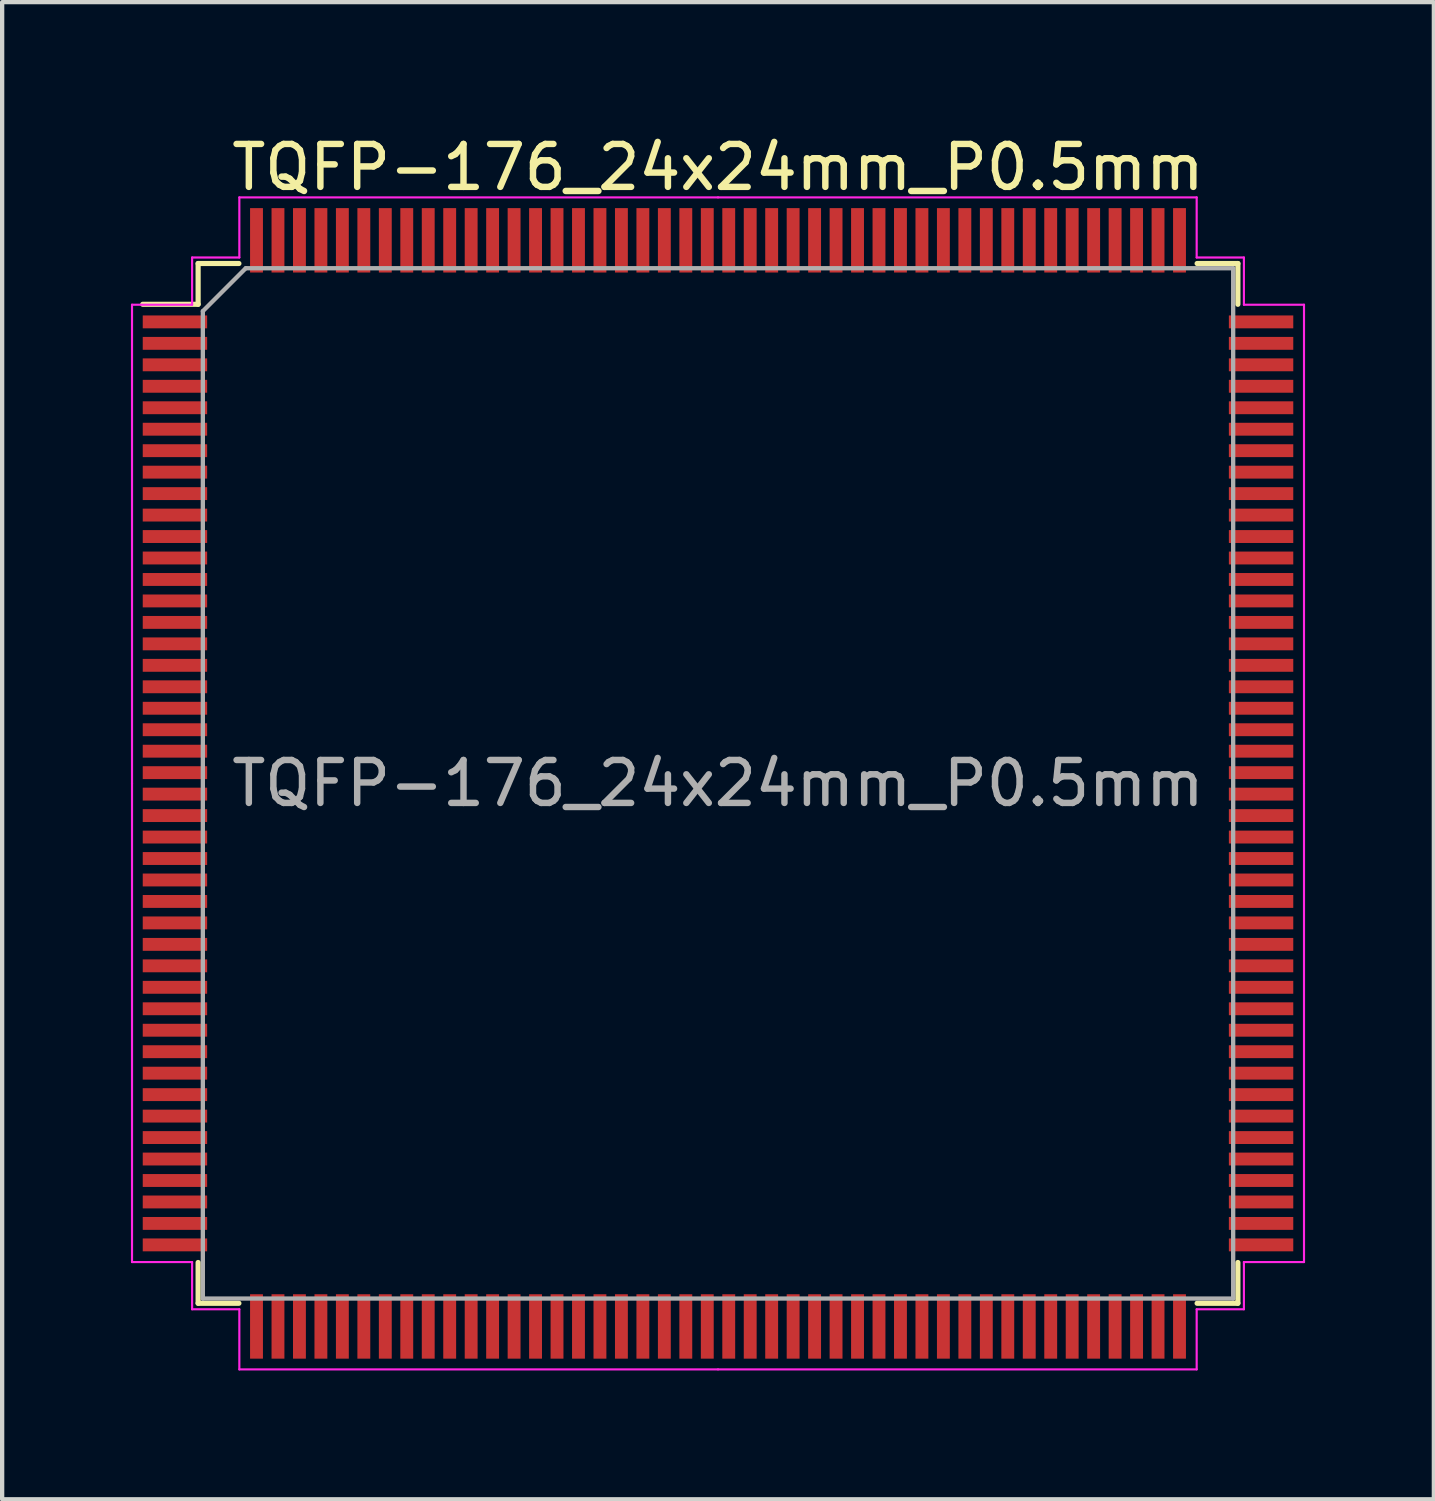
<source format=kicad_pcb>
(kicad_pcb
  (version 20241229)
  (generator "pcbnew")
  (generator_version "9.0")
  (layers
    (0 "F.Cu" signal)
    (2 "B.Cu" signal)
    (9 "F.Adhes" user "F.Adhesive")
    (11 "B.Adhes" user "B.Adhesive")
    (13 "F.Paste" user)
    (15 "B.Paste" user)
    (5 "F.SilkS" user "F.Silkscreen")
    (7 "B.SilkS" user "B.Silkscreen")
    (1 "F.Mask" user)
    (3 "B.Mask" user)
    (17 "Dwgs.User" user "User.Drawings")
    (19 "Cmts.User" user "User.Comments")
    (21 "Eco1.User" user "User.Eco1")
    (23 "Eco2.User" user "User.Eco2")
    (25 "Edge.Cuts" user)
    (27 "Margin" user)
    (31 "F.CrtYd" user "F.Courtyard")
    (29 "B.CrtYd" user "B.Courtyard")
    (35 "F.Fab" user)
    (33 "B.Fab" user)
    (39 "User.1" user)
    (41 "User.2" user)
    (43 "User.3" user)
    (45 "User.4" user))
  (footprint "TQFP-176_24x24mm_P0.5mm"
    (layer "F.Cu")
    (at 13.675 15.198)
    (property "Reference" "TQFP-176_24x24mm_P0.5mm" (at 0 -14.35 0) (layer "F.SilkS") (effects (font (size 1 1) (thickness 0.15))))
    (attr smd)
    (fp_line (start -12.11 -12.11) (end -12.11 -11.16) (stroke (width 0.12) (type solid)) (layer "F.SilkS"))
    (fp_line (start -12.11 -11.16) (end -13.4 -11.16) (stroke (width 0.12) (type solid)) (layer "F.SilkS"))
    (fp_line (start -12.11 12.11) (end -12.11 11.16) (stroke (width 0.12) (type solid)) (layer "F.SilkS"))
    (fp_line (start -11.16 -12.11) (end -12.11 -12.11) (stroke (width 0.12) (type solid)) (layer "F.SilkS"))
    (fp_line (start -11.16 12.11) (end -12.11 12.11) (stroke (width 0.12) (type solid)) (layer "F.SilkS"))
    (fp_line (start 11.16 -12.11) (end 12.11 -12.11) (stroke (width 0.12) (type solid)) (layer "F.SilkS"))
    (fp_line (start 11.16 12.11) (end 12.11 12.11) (stroke (width 0.12) (type solid)) (layer "F.SilkS"))
    (fp_line (start 12.11 -12.11) (end 12.11 -11.16) (stroke (width 0.12) (type solid)) (layer "F.SilkS"))
    (fp_line (start 12.11 12.11) (end 12.11 11.16) (stroke (width 0.12) (type solid)) (layer "F.SilkS"))
    (fp_line (start -13.65 -11.15) (end -13.65 0) (stroke (width 0.05) (type solid)) (layer "F.CrtYd"))
    (fp_line (start -13.65 11.15) (end -13.65 0) (stroke (width 0.05) (type solid)) (layer "F.CrtYd"))
    (fp_line (start -12.25 -12.25) (end -12.25 -11.15) (stroke (width 0.05) (type solid)) (layer "F.CrtYd"))
    (fp_line (start -12.25 -11.15) (end -13.65 -11.15) (stroke (width 0.05) (type solid)) (layer "F.CrtYd"))
    (fp_line (start -12.25 11.15) (end -13.65 11.15) (stroke (width 0.05) (type solid)) (layer "F.CrtYd"))
    (fp_line (start -12.25 12.25) (end -12.25 11.15) (stroke (width 0.05) (type solid)) (layer "F.CrtYd"))
    (fp_line (start -11.15 -13.65) (end -11.15 -12.25) (stroke (width 0.05) (type solid)) (layer "F.CrtYd"))
    (fp_line (start -11.15 -12.25) (end -12.25 -12.25) (stroke (width 0.05) (type solid)) (layer "F.CrtYd"))
    (fp_line (start -11.15 12.25) (end -12.25 12.25) (stroke (width 0.05) (type solid)) (layer "F.CrtYd"))
    (fp_line (start -11.15 13.65) (end -11.15 12.25) (stroke (width 0.05) (type solid)) (layer "F.CrtYd"))
    (fp_line (start 0 -13.65) (end -11.15 -13.65) (stroke (width 0.05) (type solid)) (layer "F.CrtYd"))
    (fp_line (start 0 -13.65) (end 11.15 -13.65) (stroke (width 0.05) (type solid)) (layer "F.CrtYd"))
    (fp_line (start 0 13.65) (end -11.15 13.65) (stroke (width 0.05) (type solid)) (layer "F.CrtYd"))
    (fp_line (start 0 13.65) (end 11.15 13.65) (stroke (width 0.05) (type solid)) (layer "F.CrtYd"))
    (fp_line (start 11.15 -13.65) (end 11.15 -12.25) (stroke (width 0.05) (type solid)) (layer "F.CrtYd"))
    (fp_line (start 11.15 -12.25) (end 12.25 -12.25) (stroke (width 0.05) (type solid)) (layer "F.CrtYd"))
    (fp_line (start 11.15 12.25) (end 12.25 12.25) (stroke (width 0.05) (type solid)) (layer "F.CrtYd"))
    (fp_line (start 11.15 13.65) (end 11.15 12.25) (stroke (width 0.05) (type solid)) (layer "F.CrtYd"))
    (fp_line (start 12.25 -12.25) (end 12.25 -11.15) (stroke (width 0.05) (type solid)) (layer "F.CrtYd"))
    (fp_line (start 12.25 -11.15) (end 13.65 -11.15) (stroke (width 0.05) (type solid)) (layer "F.CrtYd"))
    (fp_line (start 12.25 11.15) (end 13.65 11.15) (stroke (width 0.05) (type solid)) (layer "F.CrtYd"))
    (fp_line (start 12.25 12.25) (end 12.25 11.15) (stroke (width 0.05) (type solid)) (layer "F.CrtYd"))
    (fp_line (start 13.65 -11.15) (end 13.65 0) (stroke (width 0.05) (type solid)) (layer "F.CrtYd"))
    (fp_line (start 13.65 11.15) (end 13.65 0) (stroke (width 0.05) (type solid)) (layer "F.CrtYd"))
    (fp_line (start -12 -11) (end -11 -12) (stroke (width 0.1) (type solid)) (layer "F.Fab"))
    (fp_line (start -12 12) (end -12 -11) (stroke (width 0.1) (type solid)) (layer "F.Fab"))
    (fp_line (start -11 -12) (end 12 -12) (stroke (width 0.1) (type solid)) (layer "F.Fab"))
    (fp_line (start 12 -12) (end 12 12) (stroke (width 0.1) (type solid)) (layer "F.Fab"))
    (fp_line (start 12 12) (end -12 12) (stroke (width 0.1) (type solid)) (layer "F.Fab"))
    (fp_text user "${REFERENCE}" (at 0 0 0) (layer "F.Fab") (effects (font (size 1 1) (thickness 0.15))))
    (pad "1" smd rect (at -12.65 -10.75) (size 1.5 0.3) (layers "F.Cu" "F.Mask" "F.Paste"))
    (pad "2" smd rect (at -12.65 -10.25) (size 1.5 0.3) (layers "F.Cu" "F.Mask" "F.Paste"))
    (pad "3" smd rect (at -12.65 -9.75) (size 1.5 0.3) (layers "F.Cu" "F.Mask" "F.Paste"))
    (pad "4" smd rect (at -12.65 -9.25) (size 1.5 0.3) (layers "F.Cu" "F.Mask" "F.Paste"))
    (pad "5" smd rect (at -12.65 -8.75) (size 1.5 0.3) (layers "F.Cu" "F.Mask" "F.Paste"))
    (pad "6" smd rect (at -12.65 -8.25) (size 1.5 0.3) (layers "F.Cu" "F.Mask" "F.Paste"))
    (pad "7" smd rect (at -12.65 -7.75) (size 1.5 0.3) (layers "F.Cu" "F.Mask" "F.Paste"))
    (pad "8" smd rect (at -12.65 -7.25) (size 1.5 0.3) (layers "F.Cu" "F.Mask" "F.Paste"))
    (pad "9" smd rect (at -12.65 -6.75) (size 1.5 0.3) (layers "F.Cu" "F.Mask" "F.Paste"))
    (pad "10" smd rect (at -12.65 -6.25) (size 1.5 0.3) (layers "F.Cu" "F.Mask" "F.Paste"))
    (pad "11" smd rect (at -12.65 -5.75) (size 1.5 0.3) (layers "F.Cu" "F.Mask" "F.Paste"))
    (pad "12" smd rect (at -12.65 -5.25) (size 1.5 0.3) (layers "F.Cu" "F.Mask" "F.Paste"))
    (pad "13" smd rect (at -12.65 -4.75) (size 1.5 0.3) (layers "F.Cu" "F.Mask" "F.Paste"))
    (pad "14" smd rect (at -12.65 -4.25) (size 1.5 0.3) (layers "F.Cu" "F.Mask" "F.Paste"))
    (pad "15" smd rect (at -12.65 -3.75) (size 1.5 0.3) (layers "F.Cu" "F.Mask" "F.Paste"))
    (pad "16" smd rect (at -12.65 -3.25) (size 1.5 0.3) (layers "F.Cu" "F.Mask" "F.Paste"))
    (pad "17" smd rect (at -12.65 -2.75) (size 1.5 0.3) (layers "F.Cu" "F.Mask" "F.Paste"))
    (pad "18" smd rect (at -12.65 -2.25) (size 1.5 0.3) (layers "F.Cu" "F.Mask" "F.Paste"))
    (pad "19" smd rect (at -12.65 -1.75) (size 1.5 0.3) (layers "F.Cu" "F.Mask" "F.Paste"))
    (pad "20" smd rect (at -12.65 -1.25) (size 1.5 0.3) (layers "F.Cu" "F.Mask" "F.Paste"))
    (pad "21" smd rect (at -12.65 -0.75) (size 1.5 0.3) (layers "F.Cu" "F.Mask" "F.Paste"))
    (pad "22" smd rect (at -12.65 -0.25) (size 1.5 0.3) (layers "F.Cu" "F.Mask" "F.Paste"))
    (pad "23" smd rect (at -12.65 0.25) (size 1.5 0.3) (layers "F.Cu" "F.Mask" "F.Paste"))
    (pad "24" smd rect (at -12.65 0.75) (size 1.5 0.3) (layers "F.Cu" "F.Mask" "F.Paste"))
    (pad "25" smd rect (at -12.65 1.25) (size 1.5 0.3) (layers "F.Cu" "F.Mask" "F.Paste"))
    (pad "26" smd rect (at -12.65 1.75) (size 1.5 0.3) (layers "F.Cu" "F.Mask" "F.Paste"))
    (pad "27" smd rect (at -12.65 2.25) (size 1.5 0.3) (layers "F.Cu" "F.Mask" "F.Paste"))
    (pad "28" smd rect (at -12.65 2.75) (size 1.5 0.3) (layers "F.Cu" "F.Mask" "F.Paste"))
    (pad "29" smd rect (at -12.65 3.25) (size 1.5 0.3) (layers "F.Cu" "F.Mask" "F.Paste"))
    (pad "30" smd rect (at -12.65 3.75) (size 1.5 0.3) (layers "F.Cu" "F.Mask" "F.Paste"))
    (pad "31" smd rect (at -12.65 4.25) (size 1.5 0.3) (layers "F.Cu" "F.Mask" "F.Paste"))
    (pad "32" smd rect (at -12.65 4.75) (size 1.5 0.3) (layers "F.Cu" "F.Mask" "F.Paste"))
    (pad "33" smd rect (at -12.65 5.25) (size 1.5 0.3) (layers "F.Cu" "F.Mask" "F.Paste"))
    (pad "34" smd rect (at -12.65 5.75) (size 1.5 0.3) (layers "F.Cu" "F.Mask" "F.Paste"))
    (pad "35" smd rect (at -12.65 6.25) (size 1.5 0.3) (layers "F.Cu" "F.Mask" "F.Paste"))
    (pad "36" smd rect (at -12.65 6.75) (size 1.5 0.3) (layers "F.Cu" "F.Mask" "F.Paste"))
    (pad "37" smd rect (at -12.65 7.25) (size 1.5 0.3) (layers "F.Cu" "F.Mask" "F.Paste"))
    (pad "38" smd rect (at -12.65 7.75) (size 1.5 0.3) (layers "F.Cu" "F.Mask" "F.Paste"))
    (pad "39" smd rect (at -12.65 8.25) (size 1.5 0.3) (layers "F.Cu" "F.Mask" "F.Paste"))
    (pad "40" smd rect (at -12.65 8.75) (size 1.5 0.3) (layers "F.Cu" "F.Mask" "F.Paste"))
    (pad "41" smd rect (at -12.65 9.25) (size 1.5 0.3) (layers "F.Cu" "F.Mask" "F.Paste"))
    (pad "42" smd rect (at -12.65 9.75) (size 1.5 0.3) (layers "F.Cu" "F.Mask" "F.Paste"))
    (pad "43" smd rect (at -12.65 10.25) (size 1.5 0.3) (layers "F.Cu" "F.Mask" "F.Paste"))
    (pad "44" smd rect (at -12.65 10.75) (size 1.5 0.3) (layers "F.Cu" "F.Mask" "F.Paste"))
    (pad "45" smd rect (at -10.75 12.65) (size 0.3 1.5) (layers "F.Cu" "F.Mask" "F.Paste"))
    (pad "46" smd rect (at -10.25 12.65) (size 0.3 1.5) (layers "F.Cu" "F.Mask" "F.Paste"))
    (pad "47" smd rect (at -9.75 12.65) (size 0.3 1.5) (layers "F.Cu" "F.Mask" "F.Paste"))
    (pad "48" smd rect (at -9.25 12.65) (size 0.3 1.5) (layers "F.Cu" "F.Mask" "F.Paste"))
    (pad "49" smd rect (at -8.75 12.65) (size 0.3 1.5) (layers "F.Cu" "F.Mask" "F.Paste"))
    (pad "50" smd rect (at -8.25 12.65) (size 0.3 1.5) (layers "F.Cu" "F.Mask" "F.Paste"))
    (pad "51" smd rect (at -7.75 12.65) (size 0.3 1.5) (layers "F.Cu" "F.Mask" "F.Paste"))
    (pad "52" smd rect (at -7.25 12.65) (size 0.3 1.5) (layers "F.Cu" "F.Mask" "F.Paste"))
    (pad "53" smd rect (at -6.75 12.65) (size 0.3 1.5) (layers "F.Cu" "F.Mask" "F.Paste"))
    (pad "54" smd rect (at -6.25 12.65) (size 0.3 1.5) (layers "F.Cu" "F.Mask" "F.Paste"))
    (pad "55" smd rect (at -5.75 12.65) (size 0.3 1.5) (layers "F.Cu" "F.Mask" "F.Paste"))
    (pad "56" smd rect (at -5.25 12.65) (size 0.3 1.5) (layers "F.Cu" "F.Mask" "F.Paste"))
    (pad "57" smd rect (at -4.75 12.65) (size 0.3 1.5) (layers "F.Cu" "F.Mask" "F.Paste"))
    (pad "58" smd rect (at -4.25 12.65) (size 0.3 1.5) (layers "F.Cu" "F.Mask" "F.Paste"))
    (pad "59" smd rect (at -3.75 12.65) (size 0.3 1.5) (layers "F.Cu" "F.Mask" "F.Paste"))
    (pad "60" smd rect (at -3.25 12.65) (size 0.3 1.5) (layers "F.Cu" "F.Mask" "F.Paste"))
    (pad "61" smd rect (at -2.75 12.65) (size 0.3 1.5) (layers "F.Cu" "F.Mask" "F.Paste"))
    (pad "62" smd rect (at -2.25 12.65) (size 0.3 1.5) (layers "F.Cu" "F.Mask" "F.Paste"))
    (pad "63" smd rect (at -1.75 12.65) (size 0.3 1.5) (layers "F.Cu" "F.Mask" "F.Paste"))
    (pad "64" smd rect (at -1.25 12.65) (size 0.3 1.5) (layers "F.Cu" "F.Mask" "F.Paste"))
    (pad "65" smd rect (at -0.75 12.65) (size 0.3 1.5) (layers "F.Cu" "F.Mask" "F.Paste"))
    (pad "66" smd rect (at -0.25 12.65) (size 0.3 1.5) (layers "F.Cu" "F.Mask" "F.Paste"))
    (pad "67" smd rect (at 0.25 12.65) (size 0.3 1.5) (layers "F.Cu" "F.Mask" "F.Paste"))
    (pad "68" smd rect (at 0.75 12.65) (size 0.3 1.5) (layers "F.Cu" "F.Mask" "F.Paste"))
    (pad "69" smd rect (at 1.25 12.65) (size 0.3 1.5) (layers "F.Cu" "F.Mask" "F.Paste"))
    (pad "70" smd rect (at 1.75 12.65) (size 0.3 1.5) (layers "F.Cu" "F.Mask" "F.Paste"))
    (pad "71" smd rect (at 2.25 12.65) (size 0.3 1.5) (layers "F.Cu" "F.Mask" "F.Paste"))
    (pad "72" smd rect (at 2.75 12.65) (size 0.3 1.5) (layers "F.Cu" "F.Mask" "F.Paste"))
    (pad "73" smd rect (at 3.25 12.65) (size 0.3 1.5) (layers "F.Cu" "F.Mask" "F.Paste"))
    (pad "74" smd rect (at 3.75 12.65) (size 0.3 1.5) (layers "F.Cu" "F.Mask" "F.Paste"))
    (pad "75" smd rect (at 4.25 12.65) (size 0.3 1.5) (layers "F.Cu" "F.Mask" "F.Paste"))
    (pad "76" smd rect (at 4.75 12.65) (size 0.3 1.5) (layers "F.Cu" "F.Mask" "F.Paste"))
    (pad "77" smd rect (at 5.25 12.65) (size 0.3 1.5) (layers "F.Cu" "F.Mask" "F.Paste"))
    (pad "78" smd rect (at 5.75 12.65) (size 0.3 1.5) (layers "F.Cu" "F.Mask" "F.Paste"))
    (pad "79" smd rect (at 6.25 12.65) (size 0.3 1.5) (layers "F.Cu" "F.Mask" "F.Paste"))
    (pad "80" smd rect (at 6.75 12.65) (size 0.3 1.5) (layers "F.Cu" "F.Mask" "F.Paste"))
    (pad "81" smd rect (at 7.25 12.65) (size 0.3 1.5) (layers "F.Cu" "F.Mask" "F.Paste"))
    (pad "82" smd rect (at 7.75 12.65) (size 0.3 1.5) (layers "F.Cu" "F.Mask" "F.Paste"))
    (pad "83" smd rect (at 8.25 12.65) (size 0.3 1.5) (layers "F.Cu" "F.Mask" "F.Paste"))
    (pad "84" smd rect (at 8.75 12.65) (size 0.3 1.5) (layers "F.Cu" "F.Mask" "F.Paste"))
    (pad "85" smd rect (at 9.25 12.65) (size 0.3 1.5) (layers "F.Cu" "F.Mask" "F.Paste"))
    (pad "86" smd rect (at 9.75 12.65) (size 0.3 1.5) (layers "F.Cu" "F.Mask" "F.Paste"))
    (pad "87" smd rect (at 10.25 12.65) (size 0.3 1.5) (layers "F.Cu" "F.Mask" "F.Paste"))
    (pad "88" smd rect (at 10.75 12.65) (size 0.3 1.5) (layers "F.Cu" "F.Mask" "F.Paste"))
    (pad "89" smd rect (at 12.65 10.75) (size 1.5 0.3) (layers "F.Cu" "F.Mask" "F.Paste"))
    (pad "90" smd rect (at 12.65 10.25) (size 1.5 0.3) (layers "F.Cu" "F.Mask" "F.Paste"))
    (pad "91" smd rect (at 12.65 9.75) (size 1.5 0.3) (layers "F.Cu" "F.Mask" "F.Paste"))
    (pad "92" smd rect (at 12.65 9.25) (size 1.5 0.3) (layers "F.Cu" "F.Mask" "F.Paste"))
    (pad "93" smd rect (at 12.65 8.75) (size 1.5 0.3) (layers "F.Cu" "F.Mask" "F.Paste"))
    (pad "94" smd rect (at 12.65 8.25) (size 1.5 0.3) (layers "F.Cu" "F.Mask" "F.Paste"))
    (pad "95" smd rect (at 12.65 7.75) (size 1.5 0.3) (layers "F.Cu" "F.Mask" "F.Paste"))
    (pad "96" smd rect (at 12.65 7.25) (size 1.5 0.3) (layers "F.Cu" "F.Mask" "F.Paste"))
    (pad "97" smd rect (at 12.65 6.75) (size 1.5 0.3) (layers "F.Cu" "F.Mask" "F.Paste"))
    (pad "98" smd rect (at 12.65 6.25) (size 1.5 0.3) (layers "F.Cu" "F.Mask" "F.Paste"))
    (pad "99" smd rect (at 12.65 5.75) (size 1.5 0.3) (layers "F.Cu" "F.Mask" "F.Paste"))
    (pad "100" smd rect (at 12.65 5.25) (size 1.5 0.3) (layers "F.Cu" "F.Mask" "F.Paste"))
    (pad "101" smd rect (at 12.65 4.75) (size 1.5 0.3) (layers "F.Cu" "F.Mask" "F.Paste"))
    (pad "102" smd rect (at 12.65 4.25) (size 1.5 0.3) (layers "F.Cu" "F.Mask" "F.Paste"))
    (pad "103" smd rect (at 12.65 3.75) (size 1.5 0.3) (layers "F.Cu" "F.Mask" "F.Paste"))
    (pad "104" smd rect (at 12.65 3.25) (size 1.5 0.3) (layers "F.Cu" "F.Mask" "F.Paste"))
    (pad "105" smd rect (at 12.65 2.75) (size 1.5 0.3) (layers "F.Cu" "F.Mask" "F.Paste"))
    (pad "106" smd rect (at 12.65 2.25) (size 1.5 0.3) (layers "F.Cu" "F.Mask" "F.Paste"))
    (pad "107" smd rect (at 12.65 1.75) (size 1.5 0.3) (layers "F.Cu" "F.Mask" "F.Paste"))
    (pad "108" smd rect (at 12.65 1.25) (size 1.5 0.3) (layers "F.Cu" "F.Mask" "F.Paste"))
    (pad "109" smd rect (at 12.65 0.75) (size 1.5 0.3) (layers "F.Cu" "F.Mask" "F.Paste"))
    (pad "110" smd rect (at 12.65 0.25) (size 1.5 0.3) (layers "F.Cu" "F.Mask" "F.Paste"))
    (pad "111" smd rect (at 12.65 -0.25) (size 1.5 0.3) (layers "F.Cu" "F.Mask" "F.Paste"))
    (pad "112" smd rect (at 12.65 -0.75) (size 1.5 0.3) (layers "F.Cu" "F.Mask" "F.Paste"))
    (pad "113" smd rect (at 12.65 -1.25) (size 1.5 0.3) (layers "F.Cu" "F.Mask" "F.Paste"))
    (pad "114" smd rect (at 12.65 -1.75) (size 1.5 0.3) (layers "F.Cu" "F.Mask" "F.Paste"))
    (pad "115" smd rect (at 12.65 -2.25) (size 1.5 0.3) (layers "F.Cu" "F.Mask" "F.Paste"))
    (pad "116" smd rect (at 12.65 -2.75) (size 1.5 0.3) (layers "F.Cu" "F.Mask" "F.Paste"))
    (pad "117" smd rect (at 12.65 -3.25) (size 1.5 0.3) (layers "F.Cu" "F.Mask" "F.Paste"))
    (pad "118" smd rect (at 12.65 -3.75) (size 1.5 0.3) (layers "F.Cu" "F.Mask" "F.Paste"))
    (pad "119" smd rect (at 12.65 -4.25) (size 1.5 0.3) (layers "F.Cu" "F.Mask" "F.Paste"))
    (pad "120" smd rect (at 12.65 -4.75) (size 1.5 0.3) (layers "F.Cu" "F.Mask" "F.Paste"))
    (pad "121" smd rect (at 12.65 -5.25) (size 1.5 0.3) (layers "F.Cu" "F.Mask" "F.Paste"))
    (pad "122" smd rect (at 12.65 -5.75) (size 1.5 0.3) (layers "F.Cu" "F.Mask" "F.Paste"))
    (pad "123" smd rect (at 12.65 -6.25) (size 1.5 0.3) (layers "F.Cu" "F.Mask" "F.Paste"))
    (pad "124" smd rect (at 12.65 -6.75) (size 1.5 0.3) (layers "F.Cu" "F.Mask" "F.Paste"))
    (pad "125" smd rect (at 12.65 -7.25) (size 1.5 0.3) (layers "F.Cu" "F.Mask" "F.Paste"))
    (pad "126" smd rect (at 12.65 -7.75) (size 1.5 0.3) (layers "F.Cu" "F.Mask" "F.Paste"))
    (pad "127" smd rect (at 12.65 -8.25) (size 1.5 0.3) (layers "F.Cu" "F.Mask" "F.Paste"))
    (pad "128" smd rect (at 12.65 -8.75) (size 1.5 0.3) (layers "F.Cu" "F.Mask" "F.Paste"))
    (pad "129" smd rect (at 12.65 -9.25) (size 1.5 0.3) (layers "F.Cu" "F.Mask" "F.Paste"))
    (pad "130" smd rect (at 12.65 -9.75) (size 1.5 0.3) (layers "F.Cu" "F.Mask" "F.Paste"))
    (pad "131" smd rect (at 12.65 -10.25) (size 1.5 0.3) (layers "F.Cu" "F.Mask" "F.Paste"))
    (pad "132" smd rect (at 12.65 -10.75) (size 1.5 0.3) (layers "F.Cu" "F.Mask" "F.Paste"))
    (pad "133" smd rect (at 10.75 -12.65) (size 0.3 1.5) (layers "F.Cu" "F.Mask" "F.Paste"))
    (pad "134" smd rect (at 10.25 -12.65) (size 0.3 1.5) (layers "F.Cu" "F.Mask" "F.Paste"))
    (pad "135" smd rect (at 9.75 -12.65) (size 0.3 1.5) (layers "F.Cu" "F.Mask" "F.Paste"))
    (pad "136" smd rect (at 9.25 -12.65) (size 0.3 1.5) (layers "F.Cu" "F.Mask" "F.Paste"))
    (pad "137" smd rect (at 8.75 -12.65) (size 0.3 1.5) (layers "F.Cu" "F.Mask" "F.Paste"))
    (pad "138" smd rect (at 8.25 -12.65) (size 0.3 1.5) (layers "F.Cu" "F.Mask" "F.Paste"))
    (pad "139" smd rect (at 7.75 -12.65) (size 0.3 1.5) (layers "F.Cu" "F.Mask" "F.Paste"))
    (pad "140" smd rect (at 7.25 -12.65) (size 0.3 1.5) (layers "F.Cu" "F.Mask" "F.Paste"))
    (pad "141" smd rect (at 6.75 -12.65) (size 0.3 1.5) (layers "F.Cu" "F.Mask" "F.Paste"))
    (pad "142" smd rect (at 6.25 -12.65) (size 0.3 1.5) (layers "F.Cu" "F.Mask" "F.Paste"))
    (pad "143" smd rect (at 5.75 -12.65) (size 0.3 1.5) (layers "F.Cu" "F.Mask" "F.Paste"))
    (pad "144" smd rect (at 5.25 -12.65) (size 0.3 1.5) (layers "F.Cu" "F.Mask" "F.Paste"))
    (pad "145" smd rect (at 4.75 -12.65) (size 0.3 1.5) (layers "F.Cu" "F.Mask" "F.Paste"))
    (pad "146" smd rect (at 4.25 -12.65) (size 0.3 1.5) (layers "F.Cu" "F.Mask" "F.Paste"))
    (pad "147" smd rect (at 3.75 -12.65) (size 0.3 1.5) (layers "F.Cu" "F.Mask" "F.Paste"))
    (pad "148" smd rect (at 3.25 -12.65) (size 0.3 1.5) (layers "F.Cu" "F.Mask" "F.Paste"))
    (pad "149" smd rect (at 2.75 -12.65) (size 0.3 1.5) (layers "F.Cu" "F.Mask" "F.Paste"))
    (pad "150" smd rect (at 2.25 -12.65) (size 0.3 1.5) (layers "F.Cu" "F.Mask" "F.Paste"))
    (pad "151" smd rect (at 1.75 -12.65) (size 0.3 1.5) (layers "F.Cu" "F.Mask" "F.Paste"))
    (pad "152" smd rect (at 1.25 -12.65) (size 0.3 1.5) (layers "F.Cu" "F.Mask" "F.Paste"))
    (pad "153" smd rect (at 0.75 -12.65) (size 0.3 1.5) (layers "F.Cu" "F.Mask" "F.Paste"))
    (pad "154" smd rect (at 0.25 -12.65) (size 0.3 1.5) (layers "F.Cu" "F.Mask" "F.Paste"))
    (pad "155" smd rect (at -0.25 -12.65) (size 0.3 1.5) (layers "F.Cu" "F.Mask" "F.Paste"))
    (pad "156" smd rect (at -0.75 -12.65) (size 0.3 1.5) (layers "F.Cu" "F.Mask" "F.Paste"))
    (pad "157" smd rect (at -1.25 -12.65) (size 0.3 1.5) (layers "F.Cu" "F.Mask" "F.Paste"))
    (pad "158" smd rect (at -1.75 -12.65) (size 0.3 1.5) (layers "F.Cu" "F.Mask" "F.Paste"))
    (pad "159" smd rect (at -2.25 -12.65) (size 0.3 1.5) (layers "F.Cu" "F.Mask" "F.Paste"))
    (pad "160" smd rect (at -2.75 -12.65) (size 0.3 1.5) (layers "F.Cu" "F.Mask" "F.Paste"))
    (pad "161" smd rect (at -3.25 -12.65) (size 0.3 1.5) (layers "F.Cu" "F.Mask" "F.Paste"))
    (pad "162" smd rect (at -3.75 -12.65) (size 0.3 1.5) (layers "F.Cu" "F.Mask" "F.Paste"))
    (pad "163" smd rect (at -4.25 -12.65) (size 0.3 1.5) (layers "F.Cu" "F.Mask" "F.Paste"))
    (pad "164" smd rect (at -4.75 -12.65) (size 0.3 1.5) (layers "F.Cu" "F.Mask" "F.Paste"))
    (pad "165" smd rect (at -5.25 -12.65) (size 0.3 1.5) (layers "F.Cu" "F.Mask" "F.Paste"))
    (pad "166" smd rect (at -5.75 -12.65) (size 0.3 1.5) (layers "F.Cu" "F.Mask" "F.Paste"))
    (pad "167" smd rect (at -6.25 -12.65) (size 0.3 1.5) (layers "F.Cu" "F.Mask" "F.Paste"))
    (pad "168" smd rect (at -6.75 -12.65) (size 0.3 1.5) (layers "F.Cu" "F.Mask" "F.Paste"))
    (pad "169" smd rect (at -7.25 -12.65) (size 0.3 1.5) (layers "F.Cu" "F.Mask" "F.Paste"))
    (pad "170" smd rect (at -7.75 -12.65) (size 0.3 1.5) (layers "F.Cu" "F.Mask" "F.Paste"))
    (pad "171" smd rect (at -8.25 -12.65) (size 0.3 1.5) (layers "F.Cu" "F.Mask" "F.Paste"))
    (pad "172" smd rect (at -8.75 -12.65) (size 0.3 1.5) (layers "F.Cu" "F.Mask" "F.Paste"))
    (pad "173" smd rect (at -9.25 -12.65) (size 0.3 1.5) (layers "F.Cu" "F.Mask" "F.Paste"))
    (pad "174" smd rect (at -9.75 -12.65) (size 0.3 1.5) (layers "F.Cu" "F.Mask" "F.Paste"))
    (pad "175" smd rect (at -10.25 -12.65) (size 0.3 1.5) (layers "F.Cu" "F.Mask" "F.Paste"))
    (pad "176" smd rect (at -10.75 -12.65) (size 0.3 1.5) (layers "F.Cu" "F.Mask" "F.Paste")))
  (gr_rect
    (start -3 -3)
    (end 30.35 31.873)
    (stroke (width 0.1) (type default))
    (fill no)
    (layer "Edge.Cuts")))
</source>
